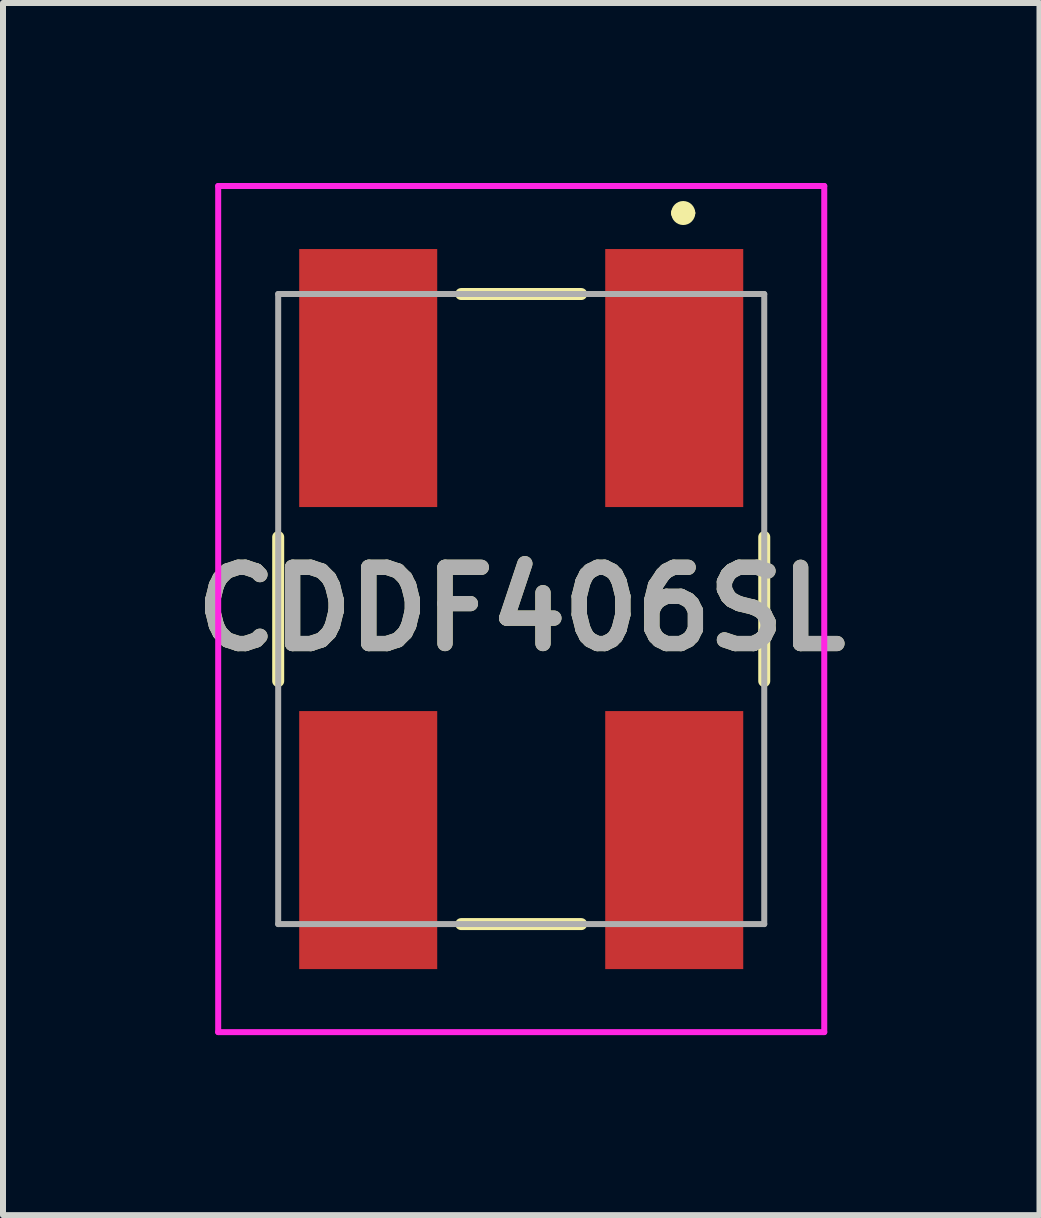
<source format=kicad_pcb>
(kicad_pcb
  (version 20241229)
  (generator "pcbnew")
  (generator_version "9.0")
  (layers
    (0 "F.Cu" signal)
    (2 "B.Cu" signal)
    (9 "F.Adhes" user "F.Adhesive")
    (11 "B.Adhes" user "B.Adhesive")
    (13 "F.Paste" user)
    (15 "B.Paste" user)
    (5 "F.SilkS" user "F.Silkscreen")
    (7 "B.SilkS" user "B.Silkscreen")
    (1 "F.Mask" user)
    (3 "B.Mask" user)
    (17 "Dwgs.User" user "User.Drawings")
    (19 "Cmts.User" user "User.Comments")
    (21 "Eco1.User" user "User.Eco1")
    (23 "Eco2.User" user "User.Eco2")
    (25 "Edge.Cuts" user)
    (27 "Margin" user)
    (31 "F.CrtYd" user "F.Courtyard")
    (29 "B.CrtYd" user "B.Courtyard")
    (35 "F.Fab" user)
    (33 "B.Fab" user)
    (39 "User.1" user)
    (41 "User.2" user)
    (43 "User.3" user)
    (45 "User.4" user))
  (footprint "CDDF406SL"
    (layer "F.Cu")
    (at 5.636 7.1)
    (property "Reference" "CDDF406SL" (at 0 0 0) (layer "F.SilkS") (effects (font (size 1.27 1.27) (thickness 0.254))))
    (attr smd)
    (fp_line (start -4.05 1.2) (end -4.05 -1.2) (stroke (width 0.2) (type solid)) (layer "F.SilkS"))
    (fp_line (start -1 -5.25) (end 1 -5.25) (stroke (width 0.2) (type solid)) (layer "F.SilkS"))
    (fp_line (start 1 5.25) (end -1 5.25) (stroke (width 0.2) (type solid)) (layer "F.SilkS"))
    (fp_line (start 2.6 -6.6) (end 2.6 -6.6) (stroke (width 0.2) (type solid)) (layer "F.SilkS"))
    (fp_line (start 2.8 -6.6) (end 2.8 -6.6) (stroke (width 0.2) (type solid)) (layer "F.SilkS"))
    (fp_line (start 4.05 -1.2) (end 4.05 1.2) (stroke (width 0.2) (type solid)) (layer "F.SilkS"))
    (fp_arc (start 2.6 -6.6) (mid 2.7 -6.7) (end 2.8 -6.6) (stroke (width 0.2) (type solid)) (layer "F.SilkS"))
    (fp_arc (start 2.8 -6.6) (mid 2.7 -6.5) (end 2.6 -6.6) (stroke (width 0.2) (type solid)) (layer "F.SilkS"))
    (fp_line (start -5.05 -7.05) (end 5.05 -7.05) (stroke (width 0.1) (type solid)) (layer "F.CrtYd"))
    (fp_line (start -5.05 7.05) (end -5.05 -7.05) (stroke (width 0.1) (type solid)) (layer "F.CrtYd"))
    (fp_line (start 5.05 -7.05) (end 5.05 7.05) (stroke (width 0.1) (type solid)) (layer "F.CrtYd"))
    (fp_line (start 5.05 7.05) (end -5.05 7.05) (stroke (width 0.1) (type solid)) (layer "F.CrtYd"))
    (fp_line (start -4.05 -5.25) (end 4.05 -5.25) (stroke (width 0.1) (type solid)) (layer "F.Fab"))
    (fp_line (start -4.05 5.25) (end -4.05 -5.25) (stroke (width 0.1) (type solid)) (layer "F.Fab"))
    (fp_line (start 4.05 -5.25) (end 4.05 5.25) (stroke (width 0.1) (type solid)) (layer "F.Fab"))
    (fp_line (start 4.05 5.25) (end -4.05 5.25) (stroke (width 0.1) (type solid)) (layer "F.Fab"))
    (fp_text user "${REFERENCE}" (at 0 0 0) (layer "F.Fab") (effects (font (size 1.27 1.27) (thickness 0.254))))
    (pad "1" smd rect (at 2.55 -3.85) (size 2.3 4.3) (layers "F.Cu" "F.Mask" "F.Paste"))
    (pad "2" smd rect (at 2.55 3.85) (size 2.3 4.3) (layers "F.Cu" "F.Mask" "F.Paste"))
    (pad "3" smd rect (at -2.55 3.85) (size 2.3 4.3) (layers "F.Cu" "F.Mask" "F.Paste"))
    (pad "4" smd rect (at -2.55 -3.85) (size 2.3 4.3) (layers "F.Cu" "F.Mask" "F.Paste")))
  (gr_rect
    (start -3 -3)
    (end 14.273 17.2)
    (stroke (width 0.1) (type default))
    (fill no)
    (layer "Edge.Cuts")))
</source>
